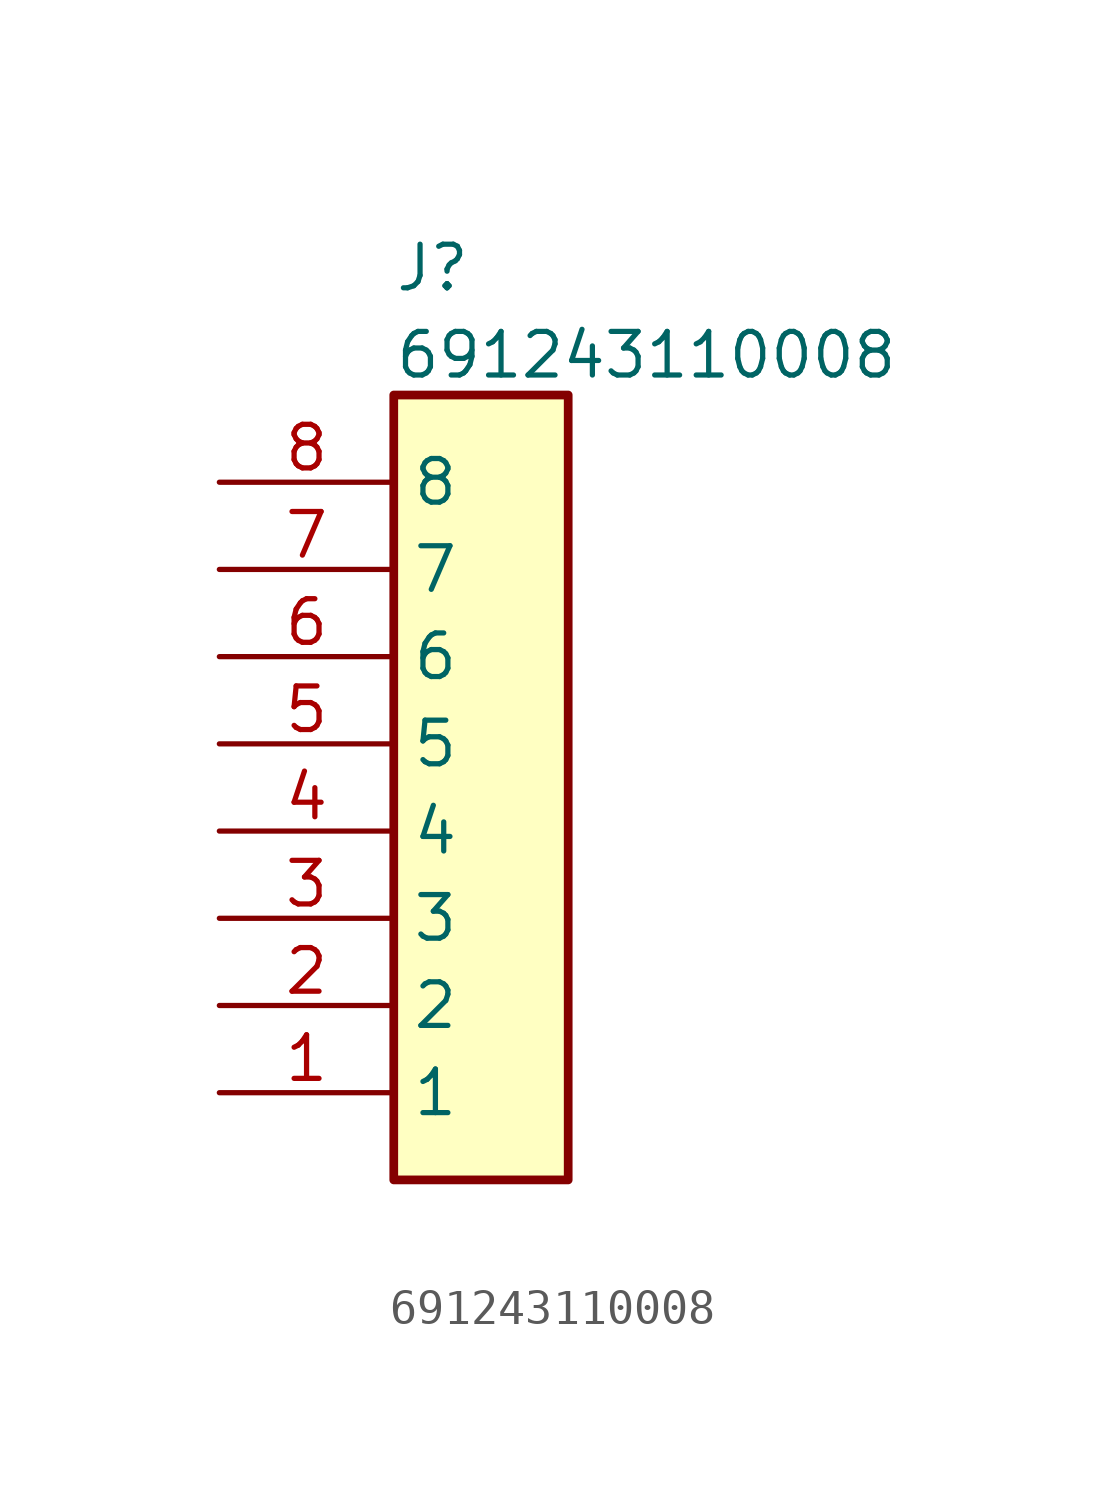
<source format=kicad_sym>
(kicad_symbol_lib
  (version 20220914)
  (generator kicad_symbol_editor)
  (symbol "691243110008"
    (property "Reference" "J"
      (at 5.08 6.985 0)
      (effects (font (size 1.27 1.27)) (justify left top)))
    (property "Value" "691243110008"
      (at 5.08 4.445 0)
      (effects (font (size 1.27 1.27)) (justify left top)))
    (symbol "691243110008_1_1"
      (rectangle (start 5.08 2.54) (end 10.16 -20.32) (stroke (width 0.254) (type default)) (fill (type background)))
      (pin passive line (at 0 -17.78 0) (length 5.08) (name "1" (effects (font (size 1.27 1.27)))) (number "1" (effects (font (size 1.27 1.27)))))
      (pin passive line (at 0 -15.24 0) (length 5.08) (name "2" (effects (font (size 1.27 1.27)))) (number "2" (effects (font (size 1.27 1.27)))))
      (pin passive line (at 0 -12.7 0) (length 5.08) (name "3" (effects (font (size 1.27 1.27)))) (number "3" (effects (font (size 1.27 1.27)))))
      (pin passive line (at 0 -10.16 0) (length 5.08) (name "4" (effects (font (size 1.27 1.27)))) (number "4" (effects (font (size 1.27 1.27)))))
      (pin passive line (at 0 -7.62 0) (length 5.08) (name "5" (effects (font (size 1.27 1.27)))) (number "5" (effects (font (size 1.27 1.27)))))
      (pin passive line (at 0 -5.08 0) (length 5.08) (name "6" (effects (font (size 1.27 1.27)))) (number "6" (effects (font (size 1.27 1.27)))))
      (pin passive line (at 0 -2.54 0) (length 5.08) (name "7" (effects (font (size 1.27 1.27)))) (number "7" (effects (font (size 1.27 1.27)))))
      (pin passive line (at 0 0 0) (length 5.08) (name "8" (effects (font (size 1.27 1.27)))) (number "8" (effects (font (size 1.27 1.27))))))))
</source>
